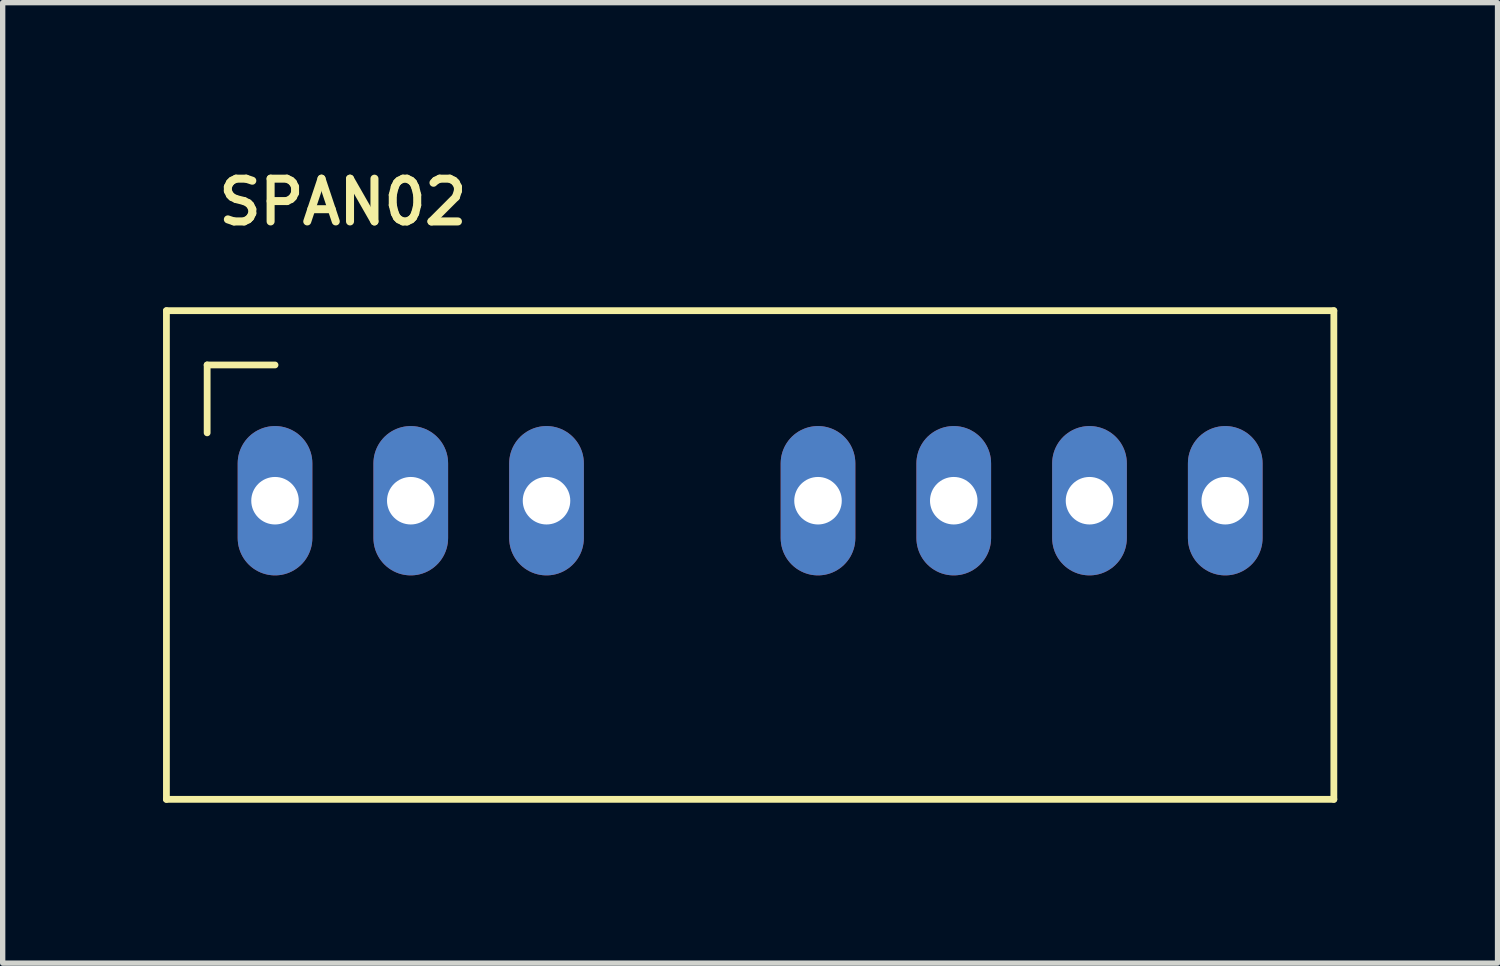
<source format=kicad_pcb>
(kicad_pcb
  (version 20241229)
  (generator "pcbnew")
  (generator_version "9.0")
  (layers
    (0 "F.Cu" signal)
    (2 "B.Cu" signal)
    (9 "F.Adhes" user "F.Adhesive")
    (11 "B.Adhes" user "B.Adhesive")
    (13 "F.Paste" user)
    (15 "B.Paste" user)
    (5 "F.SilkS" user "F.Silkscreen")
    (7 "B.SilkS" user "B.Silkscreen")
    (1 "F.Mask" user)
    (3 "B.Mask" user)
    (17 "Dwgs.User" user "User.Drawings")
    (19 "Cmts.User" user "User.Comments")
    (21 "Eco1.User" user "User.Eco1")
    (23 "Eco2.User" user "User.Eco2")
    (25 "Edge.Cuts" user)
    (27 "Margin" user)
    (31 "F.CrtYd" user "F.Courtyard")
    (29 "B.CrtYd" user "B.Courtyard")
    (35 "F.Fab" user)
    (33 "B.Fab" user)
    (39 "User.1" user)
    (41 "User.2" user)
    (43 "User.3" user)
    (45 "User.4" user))
  (footprint "SPAN02"
    (layer "F.Cu")
    (at 10.986 6.319)
    (property "Reference" "SPAN02" (at -7.62 -5.588 0) (layer "F.SilkS") (effects (font (size 0.8 0.8) (thickness 0.15))))
    (attr through_hole)
    (fp_line (start -10.922 -3.556) (end -10.922 5.588) (stroke (width 0.127) (type solid)) (layer "F.SilkS"))
    (fp_line (start -10.922 5.588) (end 10.922 5.588) (stroke (width 0.127) (type solid)) (layer "F.SilkS"))
    (fp_line (start -10.16 -2.54) (end -8.89 -2.54) (stroke (width 0.127) (type solid)) (layer "F.SilkS"))
    (fp_line (start -10.16 -1.27) (end -10.16 -2.54) (stroke (width 0.127) (type solid)) (layer "F.SilkS"))
    (fp_line (start 10.922 -3.556) (end -10.922 -3.556) (stroke (width 0.127) (type solid)) (layer "F.SilkS"))
    (fp_line (start 10.922 5.588) (end 10.922 -3.556) (stroke (width 0.127) (type solid)) (layer "F.SilkS"))
    (pad "1" thru_hole oval (at -8.89 0) (size 1.397 2.794) (drill 0.889) (layers "*.Cu" "*.Mask"))
    (pad "2" thru_hole oval (at -6.35 0) (size 1.397 2.794) (drill 0.889) (layers "*.Cu" "*.Mask"))
    (pad "3" thru_hole oval (at -3.81 0) (size 1.397 2.794) (drill 0.889) (layers "*.Cu" "*.Mask"))
    (pad "5" thru_hole oval (at 1.27 0) (size 1.397 2.794) (drill 0.889) (layers "*.Cu" "*.Mask"))
    (pad "6" thru_hole oval (at 3.81 0) (size 1.397 2.794) (drill 0.889) (layers "*.Cu" "*.Mask"))
    (pad "7" thru_hole oval (at 6.35 0) (size 1.397 2.794) (drill 0.889) (layers "*.Cu" "*.Mask"))
    (pad "8" thru_hole oval (at 8.89 0) (size 1.397 2.794) (drill 0.889) (layers "*.Cu" "*.Mask")))
  (gr_rect
    (start -3 -3)
    (end 24.971 14.971)
    (stroke (width 0.1) (type default))
    (fill no)
    (layer "Edge.Cuts")))
</source>
